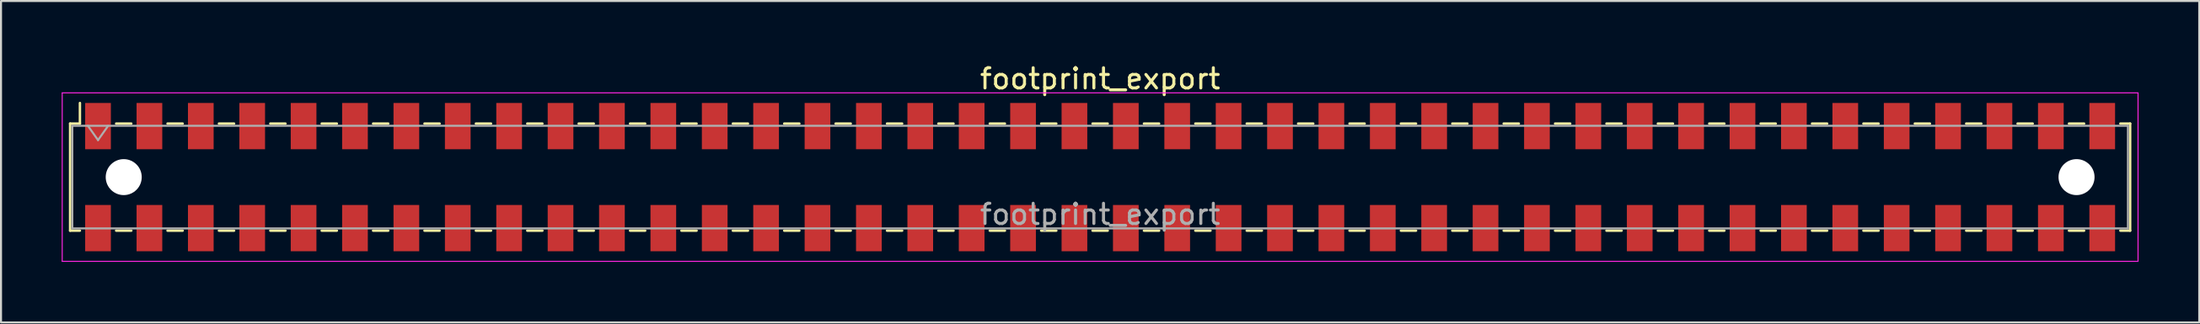
<source format=kicad_pcb>
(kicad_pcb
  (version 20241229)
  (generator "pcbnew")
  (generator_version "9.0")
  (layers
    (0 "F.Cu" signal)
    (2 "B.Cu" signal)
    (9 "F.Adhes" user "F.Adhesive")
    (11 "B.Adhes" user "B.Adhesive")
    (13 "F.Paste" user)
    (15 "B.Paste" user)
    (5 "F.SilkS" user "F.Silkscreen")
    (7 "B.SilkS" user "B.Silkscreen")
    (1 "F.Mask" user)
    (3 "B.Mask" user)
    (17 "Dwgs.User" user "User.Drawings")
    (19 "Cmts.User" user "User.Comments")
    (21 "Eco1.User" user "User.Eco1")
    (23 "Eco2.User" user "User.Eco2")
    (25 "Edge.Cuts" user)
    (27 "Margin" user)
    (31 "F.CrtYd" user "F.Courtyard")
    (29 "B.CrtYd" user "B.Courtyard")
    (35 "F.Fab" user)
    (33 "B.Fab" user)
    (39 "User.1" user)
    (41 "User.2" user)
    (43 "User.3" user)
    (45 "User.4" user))
  (footprint "footprint_export"
    (layer "F.Cu")
    (at 51.325 5.718)
    (property "Reference" "footprint_export" (at 0 -4.87 0) (layer "F.SilkS") (effects (font (size 1 1) (thickness 0.15))))
    (attr smd)
    (fp_line (start -50.91 -2.65) (end -50.91 2.65) (stroke (width 0.12) (type solid)) (layer "F.SilkS"))
    (fp_line (start -50.91 2.65) (end -50.425 2.65) (stroke (width 0.12) (type solid)) (layer "F.SilkS"))
    (fp_line (start -50.425 -3.67) (end -50.425 -2.65) (stroke (width 0.12) (type solid)) (layer "F.SilkS"))
    (fp_line (start -50.425 -2.65) (end -50.91 -2.65) (stroke (width 0.12) (type solid)) (layer "F.SilkS"))
    (fp_line (start -48.635 -2.65) (end -47.885 -2.65) (stroke (width 0.12) (type solid)) (layer "F.SilkS"))
    (fp_line (start -48.635 2.65) (end -47.885 2.65) (stroke (width 0.12) (type solid)) (layer "F.SilkS"))
    (fp_line (start -46.095 -2.65) (end -45.345 -2.65) (stroke (width 0.12) (type solid)) (layer "F.SilkS"))
    (fp_line (start -46.095 2.65) (end -45.345 2.65) (stroke (width 0.12) (type solid)) (layer "F.SilkS"))
    (fp_line (start -43.555 -2.65) (end -42.805 -2.65) (stroke (width 0.12) (type solid)) (layer "F.SilkS"))
    (fp_line (start -43.555 2.65) (end -42.805 2.65) (stroke (width 0.12) (type solid)) (layer "F.SilkS"))
    (fp_line (start -41.015 -2.65) (end -40.265 -2.65) (stroke (width 0.12) (type solid)) (layer "F.SilkS"))
    (fp_line (start -41.015 2.65) (end -40.265 2.65) (stroke (width 0.12) (type solid)) (layer "F.SilkS"))
    (fp_line (start -38.475 -2.65) (end -37.725 -2.65) (stroke (width 0.12) (type solid)) (layer "F.SilkS"))
    (fp_line (start -38.475 2.65) (end -37.725 2.65) (stroke (width 0.12) (type solid)) (layer "F.SilkS"))
    (fp_line (start -35.935 -2.65) (end -35.185 -2.65) (stroke (width 0.12) (type solid)) (layer "F.SilkS"))
    (fp_line (start -35.935 2.65) (end -35.185 2.65) (stroke (width 0.12) (type solid)) (layer "F.SilkS"))
    (fp_line (start -33.395 -2.65) (end -32.645 -2.65) (stroke (width 0.12) (type solid)) (layer "F.SilkS"))
    (fp_line (start -33.395 2.65) (end -32.645 2.65) (stroke (width 0.12) (type solid)) (layer "F.SilkS"))
    (fp_line (start -30.855 -2.65) (end -30.105 -2.65) (stroke (width 0.12) (type solid)) (layer "F.SilkS"))
    (fp_line (start -30.855 2.65) (end -30.105 2.65) (stroke (width 0.12) (type solid)) (layer "F.SilkS"))
    (fp_line (start -28.315 -2.65) (end -27.565 -2.65) (stroke (width 0.12) (type solid)) (layer "F.SilkS"))
    (fp_line (start -28.315 2.65) (end -27.565 2.65) (stroke (width 0.12) (type solid)) (layer "F.SilkS"))
    (fp_line (start -25.775 -2.65) (end -25.025 -2.65) (stroke (width 0.12) (type solid)) (layer "F.SilkS"))
    (fp_line (start -25.775 2.65) (end -25.025 2.65) (stroke (width 0.12) (type solid)) (layer "F.SilkS"))
    (fp_line (start -23.235 -2.65) (end -22.485 -2.65) (stroke (width 0.12) (type solid)) (layer "F.SilkS"))
    (fp_line (start -23.235 2.65) (end -22.485 2.65) (stroke (width 0.12) (type solid)) (layer "F.SilkS"))
    (fp_line (start -20.695 -2.65) (end -19.945 -2.65) (stroke (width 0.12) (type solid)) (layer "F.SilkS"))
    (fp_line (start -20.695 2.65) (end -19.945 2.65) (stroke (width 0.12) (type solid)) (layer "F.SilkS"))
    (fp_line (start -18.155 -2.65) (end -17.405 -2.65) (stroke (width 0.12) (type solid)) (layer "F.SilkS"))
    (fp_line (start -18.155 2.65) (end -17.405 2.65) (stroke (width 0.12) (type solid)) (layer "F.SilkS"))
    (fp_line (start -15.615 -2.65) (end -14.865 -2.65) (stroke (width 0.12) (type solid)) (layer "F.SilkS"))
    (fp_line (start -15.615 2.65) (end -14.865 2.65) (stroke (width 0.12) (type solid)) (layer "F.SilkS"))
    (fp_line (start -13.075 -2.65) (end -12.325 -2.65) (stroke (width 0.12) (type solid)) (layer "F.SilkS"))
    (fp_line (start -13.075 2.65) (end -12.325 2.65) (stroke (width 0.12) (type solid)) (layer "F.SilkS"))
    (fp_line (start -10.535 -2.65) (end -9.785 -2.65) (stroke (width 0.12) (type solid)) (layer "F.SilkS"))
    (fp_line (start -10.535 2.65) (end -9.785 2.65) (stroke (width 0.12) (type solid)) (layer "F.SilkS"))
    (fp_line (start -7.995 -2.65) (end -7.245 -2.65) (stroke (width 0.12) (type solid)) (layer "F.SilkS"))
    (fp_line (start -7.995 2.65) (end -7.245 2.65) (stroke (width 0.12) (type solid)) (layer "F.SilkS"))
    (fp_line (start -5.455 -2.65) (end -4.705 -2.65) (stroke (width 0.12) (type solid)) (layer "F.SilkS"))
    (fp_line (start -5.455 2.65) (end -4.705 2.65) (stroke (width 0.12) (type solid)) (layer "F.SilkS"))
    (fp_line (start -2.915 -2.65) (end -2.165 -2.65) (stroke (width 0.12) (type solid)) (layer "F.SilkS"))
    (fp_line (start -2.915 2.65) (end -2.165 2.65) (stroke (width 0.12) (type solid)) (layer "F.SilkS"))
    (fp_line (start -0.375 -2.65) (end 0.375 -2.65) (stroke (width 0.12) (type solid)) (layer "F.SilkS"))
    (fp_line (start -0.375 2.65) (end 0.375 2.65) (stroke (width 0.12) (type solid)) (layer "F.SilkS"))
    (fp_line (start 2.165 -2.65) (end 2.915 -2.65) (stroke (width 0.12) (type solid)) (layer "F.SilkS"))
    (fp_line (start 2.165 2.65) (end 2.915 2.65) (stroke (width 0.12) (type solid)) (layer "F.SilkS"))
    (fp_line (start 4.705 -2.65) (end 5.455 -2.65) (stroke (width 0.12) (type solid)) (layer "F.SilkS"))
    (fp_line (start 4.705 2.65) (end 5.455 2.65) (stroke (width 0.12) (type solid)) (layer "F.SilkS"))
    (fp_line (start 7.245 -2.65) (end 7.995 -2.65) (stroke (width 0.12) (type solid)) (layer "F.SilkS"))
    (fp_line (start 7.245 2.65) (end 7.995 2.65) (stroke (width 0.12) (type solid)) (layer "F.SilkS"))
    (fp_line (start 9.785 -2.65) (end 10.535 -2.65) (stroke (width 0.12) (type solid)) (layer "F.SilkS"))
    (fp_line (start 9.785 2.65) (end 10.535 2.65) (stroke (width 0.12) (type solid)) (layer "F.SilkS"))
    (fp_line (start 12.325 -2.65) (end 13.075 -2.65) (stroke (width 0.12) (type solid)) (layer "F.SilkS"))
    (fp_line (start 12.325 2.65) (end 13.075 2.65) (stroke (width 0.12) (type solid)) (layer "F.SilkS"))
    (fp_line (start 14.865 -2.65) (end 15.615 -2.65) (stroke (width 0.12) (type solid)) (layer "F.SilkS"))
    (fp_line (start 14.865 2.65) (end 15.615 2.65) (stroke (width 0.12) (type solid)) (layer "F.SilkS"))
    (fp_line (start 17.405 -2.65) (end 18.155 -2.65) (stroke (width 0.12) (type solid)) (layer "F.SilkS"))
    (fp_line (start 17.405 2.65) (end 18.155 2.65) (stroke (width 0.12) (type solid)) (layer "F.SilkS"))
    (fp_line (start 19.945 -2.65) (end 20.695 -2.65) (stroke (width 0.12) (type solid)) (layer "F.SilkS"))
    (fp_line (start 19.945 2.65) (end 20.695 2.65) (stroke (width 0.12) (type solid)) (layer "F.SilkS"))
    (fp_line (start 22.485 -2.65) (end 23.235 -2.65) (stroke (width 0.12) (type solid)) (layer "F.SilkS"))
    (fp_line (start 22.485 2.65) (end 23.235 2.65) (stroke (width 0.12) (type solid)) (layer "F.SilkS"))
    (fp_line (start 25.025 -2.65) (end 25.775 -2.65) (stroke (width 0.12) (type solid)) (layer "F.SilkS"))
    (fp_line (start 25.025 2.65) (end 25.775 2.65) (stroke (width 0.12) (type solid)) (layer "F.SilkS"))
    (fp_line (start 27.565 -2.65) (end 28.315 -2.65) (stroke (width 0.12) (type solid)) (layer "F.SilkS"))
    (fp_line (start 27.565 2.65) (end 28.315 2.65) (stroke (width 0.12) (type solid)) (layer "F.SilkS"))
    (fp_line (start 30.105 -2.65) (end 30.855 -2.65) (stroke (width 0.12) (type solid)) (layer "F.SilkS"))
    (fp_line (start 30.105 2.65) (end 30.855 2.65) (stroke (width 0.12) (type solid)) (layer "F.SilkS"))
    (fp_line (start 32.645 -2.65) (end 33.395 -2.65) (stroke (width 0.12) (type solid)) (layer "F.SilkS"))
    (fp_line (start 32.645 2.65) (end 33.395 2.65) (stroke (width 0.12) (type solid)) (layer "F.SilkS"))
    (fp_line (start 35.185 -2.65) (end 35.935 -2.65) (stroke (width 0.12) (type solid)) (layer "F.SilkS"))
    (fp_line (start 35.185 2.65) (end 35.935 2.65) (stroke (width 0.12) (type solid)) (layer "F.SilkS"))
    (fp_line (start 37.725 -2.65) (end 38.475 -2.65) (stroke (width 0.12) (type solid)) (layer "F.SilkS"))
    (fp_line (start 37.725 2.65) (end 38.475 2.65) (stroke (width 0.12) (type solid)) (layer "F.SilkS"))
    (fp_line (start 40.265 -2.65) (end 41.015 -2.65) (stroke (width 0.12) (type solid)) (layer "F.SilkS"))
    (fp_line (start 40.265 2.65) (end 41.015 2.65) (stroke (width 0.12) (type solid)) (layer "F.SilkS"))
    (fp_line (start 42.805 -2.65) (end 43.555 -2.65) (stroke (width 0.12) (type solid)) (layer "F.SilkS"))
    (fp_line (start 42.805 2.65) (end 43.555 2.65) (stroke (width 0.12) (type solid)) (layer "F.SilkS"))
    (fp_line (start 45.345 -2.65) (end 46.095 -2.65) (stroke (width 0.12) (type solid)) (layer "F.SilkS"))
    (fp_line (start 45.345 2.65) (end 46.095 2.65) (stroke (width 0.12) (type solid)) (layer "F.SilkS"))
    (fp_line (start 47.885 -2.65) (end 48.635 -2.65) (stroke (width 0.12) (type solid)) (layer "F.SilkS"))
    (fp_line (start 47.885 2.65) (end 48.635 2.65) (stroke (width 0.12) (type solid)) (layer "F.SilkS"))
    (fp_line (start 50.425 -2.65) (end 50.91 -2.65) (stroke (width 0.12) (type solid)) (layer "F.SilkS"))
    (fp_line (start 50.91 -2.65) (end 50.91 2.65) (stroke (width 0.12) (type solid)) (layer "F.SilkS"))
    (fp_line (start 50.91 2.65) (end 50.425 2.65) (stroke (width 0.12) (type solid)) (layer "F.SilkS"))
    (fp_line (start -51.3 -4.17) (end 51.3 -4.17) (stroke (width 0.05) (type solid)) (layer "F.CrtYd"))
    (fp_line (start -51.3 4.17) (end -51.3 -4.17) (stroke (width 0.05) (type solid)) (layer "F.CrtYd"))
    (fp_line (start 51.3 -4.17) (end 51.3 4.17) (stroke (width 0.05) (type solid)) (layer "F.CrtYd"))
    (fp_line (start 51.3 4.17) (end -51.3 4.17) (stroke (width 0.05) (type solid)) (layer "F.CrtYd"))
    (fp_line (start -50.8 -2.54) (end 50.8 -2.54) (stroke (width 0.1) (type solid)) (layer "F.Fab"))
    (fp_line (start -50.8 2.54) (end -50.8 -2.54) (stroke (width 0.1) (type solid)) (layer "F.Fab"))
    (fp_line (start -50.03 -2.54) (end -49.53 -1.833) (stroke (width 0.1) (type solid)) (layer "F.Fab"))
    (fp_line (start -49.53 -1.833) (end -49.03 -2.54) (stroke (width 0.1) (type solid)) (layer "F.Fab"))
    (fp_line (start 50.8 -2.54) (end 50.8 2.54) (stroke (width 0.1) (type solid)) (layer "F.Fab"))
    (fp_line (start 50.8 2.54) (end -50.8 2.54) (stroke (width 0.1) (type solid)) (layer "F.Fab"))
    (fp_text user "${REFERENCE}" (at 0 1.84 0) (layer "F.Fab") (effects (font (size 1 1) (thickness 0.15))))
    (pad "" np_thru_hole circle (at -48.26 0) (size 1.78 1.78) (drill 1.78) (layers "*.Cu" "*.Mask"))
    (pad "" np_thru_hole circle (at 48.26 0) (size 1.78 1.78) (drill 1.78) (layers "*.Cu" "*.Mask"))
    (pad "1" smd rect (at -49.53 -2.525) (size 1.27 2.29) (layers "F.Cu" "F.Mask" "F.Paste"))
    (pad "2" smd rect (at -49.53 2.525) (size 1.27 2.29) (layers "F.Cu" "F.Mask" "F.Paste"))
    (pad "3" smd rect (at -46.99 -2.525) (size 1.27 2.29) (layers "F.Cu" "F.Mask" "F.Paste"))
    (pad "4" smd rect (at -46.99 2.525) (size 1.27 2.29) (layers "F.Cu" "F.Mask" "F.Paste"))
    (pad "5" smd rect (at -44.45 -2.525) (size 1.27 2.29) (layers "F.Cu" "F.Mask" "F.Paste"))
    (pad "6" smd rect (at -44.45 2.525) (size 1.27 2.29) (layers "F.Cu" "F.Mask" "F.Paste"))
    (pad "7" smd rect (at -41.91 -2.525) (size 1.27 2.29) (layers "F.Cu" "F.Mask" "F.Paste"))
    (pad "8" smd rect (at -41.91 2.525) (size 1.27 2.29) (layers "F.Cu" "F.Mask" "F.Paste"))
    (pad "9" smd rect (at -39.37 -2.525) (size 1.27 2.29) (layers "F.Cu" "F.Mask" "F.Paste"))
    (pad "10" smd rect (at -39.37 2.525) (size 1.27 2.29) (layers "F.Cu" "F.Mask" "F.Paste"))
    (pad "11" smd rect (at -36.83 -2.525) (size 1.27 2.29) (layers "F.Cu" "F.Mask" "F.Paste"))
    (pad "12" smd rect (at -36.83 2.525) (size 1.27 2.29) (layers "F.Cu" "F.Mask" "F.Paste"))
    (pad "13" smd rect (at -34.29 -2.525) (size 1.27 2.29) (layers "F.Cu" "F.Mask" "F.Paste"))
    (pad "14" smd rect (at -34.29 2.525) (size 1.27 2.29) (layers "F.Cu" "F.Mask" "F.Paste"))
    (pad "15" smd rect (at -31.75 -2.525) (size 1.27 2.29) (layers "F.Cu" "F.Mask" "F.Paste"))
    (pad "16" smd rect (at -31.75 2.525) (size 1.27 2.29) (layers "F.Cu" "F.Mask" "F.Paste"))
    (pad "17" smd rect (at -29.21 -2.525) (size 1.27 2.29) (layers "F.Cu" "F.Mask" "F.Paste"))
    (pad "18" smd rect (at -29.21 2.525) (size 1.27 2.29) (layers "F.Cu" "F.Mask" "F.Paste"))
    (pad "19" smd rect (at -26.67 -2.525) (size 1.27 2.29) (layers "F.Cu" "F.Mask" "F.Paste"))
    (pad "20" smd rect (at -26.67 2.525) (size 1.27 2.29) (layers "F.Cu" "F.Mask" "F.Paste"))
    (pad "21" smd rect (at -24.13 -2.525) (size 1.27 2.29) (layers "F.Cu" "F.Mask" "F.Paste"))
    (pad "22" smd rect (at -24.13 2.525) (size 1.27 2.29) (layers "F.Cu" "F.Mask" "F.Paste"))
    (pad "23" smd rect (at -21.59 -2.525) (size 1.27 2.29) (layers "F.Cu" "F.Mask" "F.Paste"))
    (pad "24" smd rect (at -21.59 2.525) (size 1.27 2.29) (layers "F.Cu" "F.Mask" "F.Paste"))
    (pad "25" smd rect (at -19.05 -2.525) (size 1.27 2.29) (layers "F.Cu" "F.Mask" "F.Paste"))
    (pad "26" smd rect (at -19.05 2.525) (size 1.27 2.29) (layers "F.Cu" "F.Mask" "F.Paste"))
    (pad "27" smd rect (at -16.51 -2.525) (size 1.27 2.29) (layers "F.Cu" "F.Mask" "F.Paste"))
    (pad "28" smd rect (at -16.51 2.525) (size 1.27 2.29) (layers "F.Cu" "F.Mask" "F.Paste"))
    (pad "29" smd rect (at -13.97 -2.525) (size 1.27 2.29) (layers "F.Cu" "F.Mask" "F.Paste"))
    (pad "30" smd rect (at -13.97 2.525) (size 1.27 2.29) (layers "F.Cu" "F.Mask" "F.Paste"))
    (pad "31" smd rect (at -11.43 -2.525) (size 1.27 2.29) (layers "F.Cu" "F.Mask" "F.Paste"))
    (pad "32" smd rect (at -11.43 2.525) (size 1.27 2.29) (layers "F.Cu" "F.Mask" "F.Paste"))
    (pad "33" smd rect (at -8.89 -2.525) (size 1.27 2.29) (layers "F.Cu" "F.Mask" "F.Paste"))
    (pad "34" smd rect (at -8.89 2.525) (size 1.27 2.29) (layers "F.Cu" "F.Mask" "F.Paste"))
    (pad "35" smd rect (at -6.35 -2.525) (size 1.27 2.29) (layers "F.Cu" "F.Mask" "F.Paste"))
    (pad "36" smd rect (at -6.35 2.525) (size 1.27 2.29) (layers "F.Cu" "F.Mask" "F.Paste"))
    (pad "37" smd rect (at -3.81 -2.525) (size 1.27 2.29) (layers "F.Cu" "F.Mask" "F.Paste"))
    (pad "38" smd rect (at -3.81 2.525) (size 1.27 2.29) (layers "F.Cu" "F.Mask" "F.Paste"))
    (pad "39" smd rect (at -1.27 -2.525) (size 1.27 2.29) (layers "F.Cu" "F.Mask" "F.Paste"))
    (pad "40" smd rect (at -1.27 2.525) (size 1.27 2.29) (layers "F.Cu" "F.Mask" "F.Paste"))
    (pad "41" smd rect (at 1.27 -2.525) (size 1.27 2.29) (layers "F.Cu" "F.Mask" "F.Paste"))
    (pad "42" smd rect (at 1.27 2.525) (size 1.27 2.29) (layers "F.Cu" "F.Mask" "F.Paste"))
    (pad "43" smd rect (at 3.81 -2.525) (size 1.27 2.29) (layers "F.Cu" "F.Mask" "F.Paste"))
    (pad "44" smd rect (at 3.81 2.525) (size 1.27 2.29) (layers "F.Cu" "F.Mask" "F.Paste"))
    (pad "45" smd rect (at 6.35 -2.525) (size 1.27 2.29) (layers "F.Cu" "F.Mask" "F.Paste"))
    (pad "46" smd rect (at 6.35 2.525) (size 1.27 2.29) (layers "F.Cu" "F.Mask" "F.Paste"))
    (pad "47" smd rect (at 8.89 -2.525) (size 1.27 2.29) (layers "F.Cu" "F.Mask" "F.Paste"))
    (pad "48" smd rect (at 8.89 2.525) (size 1.27 2.29) (layers "F.Cu" "F.Mask" "F.Paste"))
    (pad "49" smd rect (at 11.43 -2.525) (size 1.27 2.29) (layers "F.Cu" "F.Mask" "F.Paste"))
    (pad "50" smd rect (at 11.43 2.525) (size 1.27 2.29) (layers "F.Cu" "F.Mask" "F.Paste"))
    (pad "51" smd rect (at 13.97 -2.525) (size 1.27 2.29) (layers "F.Cu" "F.Mask" "F.Paste"))
    (pad "52" smd rect (at 13.97 2.525) (size 1.27 2.29) (layers "F.Cu" "F.Mask" "F.Paste"))
    (pad "53" smd rect (at 16.51 -2.525) (size 1.27 2.29) (layers "F.Cu" "F.Mask" "F.Paste"))
    (pad "54" smd rect (at 16.51 2.525) (size 1.27 2.29) (layers "F.Cu" "F.Mask" "F.Paste"))
    (pad "55" smd rect (at 19.05 -2.525) (size 1.27 2.29) (layers "F.Cu" "F.Mask" "F.Paste"))
    (pad "56" smd rect (at 19.05 2.525) (size 1.27 2.29) (layers "F.Cu" "F.Mask" "F.Paste"))
    (pad "57" smd rect (at 21.59 -2.525) (size 1.27 2.29) (layers "F.Cu" "F.Mask" "F.Paste"))
    (pad "58" smd rect (at 21.59 2.525) (size 1.27 2.29) (layers "F.Cu" "F.Mask" "F.Paste"))
    (pad "59" smd rect (at 24.13 -2.525) (size 1.27 2.29) (layers "F.Cu" "F.Mask" "F.Paste"))
    (pad "60" smd rect (at 24.13 2.525) (size 1.27 2.29) (layers "F.Cu" "F.Mask" "F.Paste"))
    (pad "61" smd rect (at 26.67 -2.525) (size 1.27 2.29) (layers "F.Cu" "F.Mask" "F.Paste"))
    (pad "62" smd rect (at 26.67 2.525) (size 1.27 2.29) (layers "F.Cu" "F.Mask" "F.Paste"))
    (pad "63" smd rect (at 29.21 -2.525) (size 1.27 2.29) (layers "F.Cu" "F.Mask" "F.Paste"))
    (pad "64" smd rect (at 29.21 2.525) (size 1.27 2.29) (layers "F.Cu" "F.Mask" "F.Paste"))
    (pad "65" smd rect (at 31.75 -2.525) (size 1.27 2.29) (layers "F.Cu" "F.Mask" "F.Paste"))
    (pad "66" smd rect (at 31.75 2.525) (size 1.27 2.29) (layers "F.Cu" "F.Mask" "F.Paste"))
    (pad "67" smd rect (at 34.29 -2.525) (size 1.27 2.29) (layers "F.Cu" "F.Mask" "F.Paste"))
    (pad "68" smd rect (at 34.29 2.525) (size 1.27 2.29) (layers "F.Cu" "F.Mask" "F.Paste"))
    (pad "69" smd rect (at 36.83 -2.525) (size 1.27 2.29) (layers "F.Cu" "F.Mask" "F.Paste"))
    (pad "70" smd rect (at 36.83 2.525) (size 1.27 2.29) (layers "F.Cu" "F.Mask" "F.Paste"))
    (pad "71" smd rect (at 39.37 -2.525) (size 1.27 2.29) (layers "F.Cu" "F.Mask" "F.Paste"))
    (pad "72" smd rect (at 39.37 2.525) (size 1.27 2.29) (layers "F.Cu" "F.Mask" "F.Paste"))
    (pad "73" smd rect (at 41.91 -2.525) (size 1.27 2.29) (layers "F.Cu" "F.Mask" "F.Paste"))
    (pad "74" smd rect (at 41.91 2.525) (size 1.27 2.29) (layers "F.Cu" "F.Mask" "F.Paste"))
    (pad "75" smd rect (at 44.45 -2.525) (size 1.27 2.29) (layers "F.Cu" "F.Mask" "F.Paste"))
    (pad "76" smd rect (at 44.45 2.525) (size 1.27 2.29) (layers "F.Cu" "F.Mask" "F.Paste"))
    (pad "77" smd rect (at 46.99 -2.525) (size 1.27 2.29) (layers "F.Cu" "F.Mask" "F.Paste"))
    (pad "78" smd rect (at 46.99 2.525) (size 1.27 2.29) (layers "F.Cu" "F.Mask" "F.Paste"))
    (pad "79" smd rect (at 49.53 -2.525) (size 1.27 2.29) (layers "F.Cu" "F.Mask" "F.Paste"))
    (pad "80" smd rect (at 49.53 2.525) (size 1.27 2.29) (layers "F.Cu" "F.Mask" "F.Paste")))
  (gr_rect
    (start -3 -3)
    (end 105.65 12.913)
    (stroke (width 0.1) (type default))
    (fill no)
    (layer "Edge.Cuts")))
</source>
